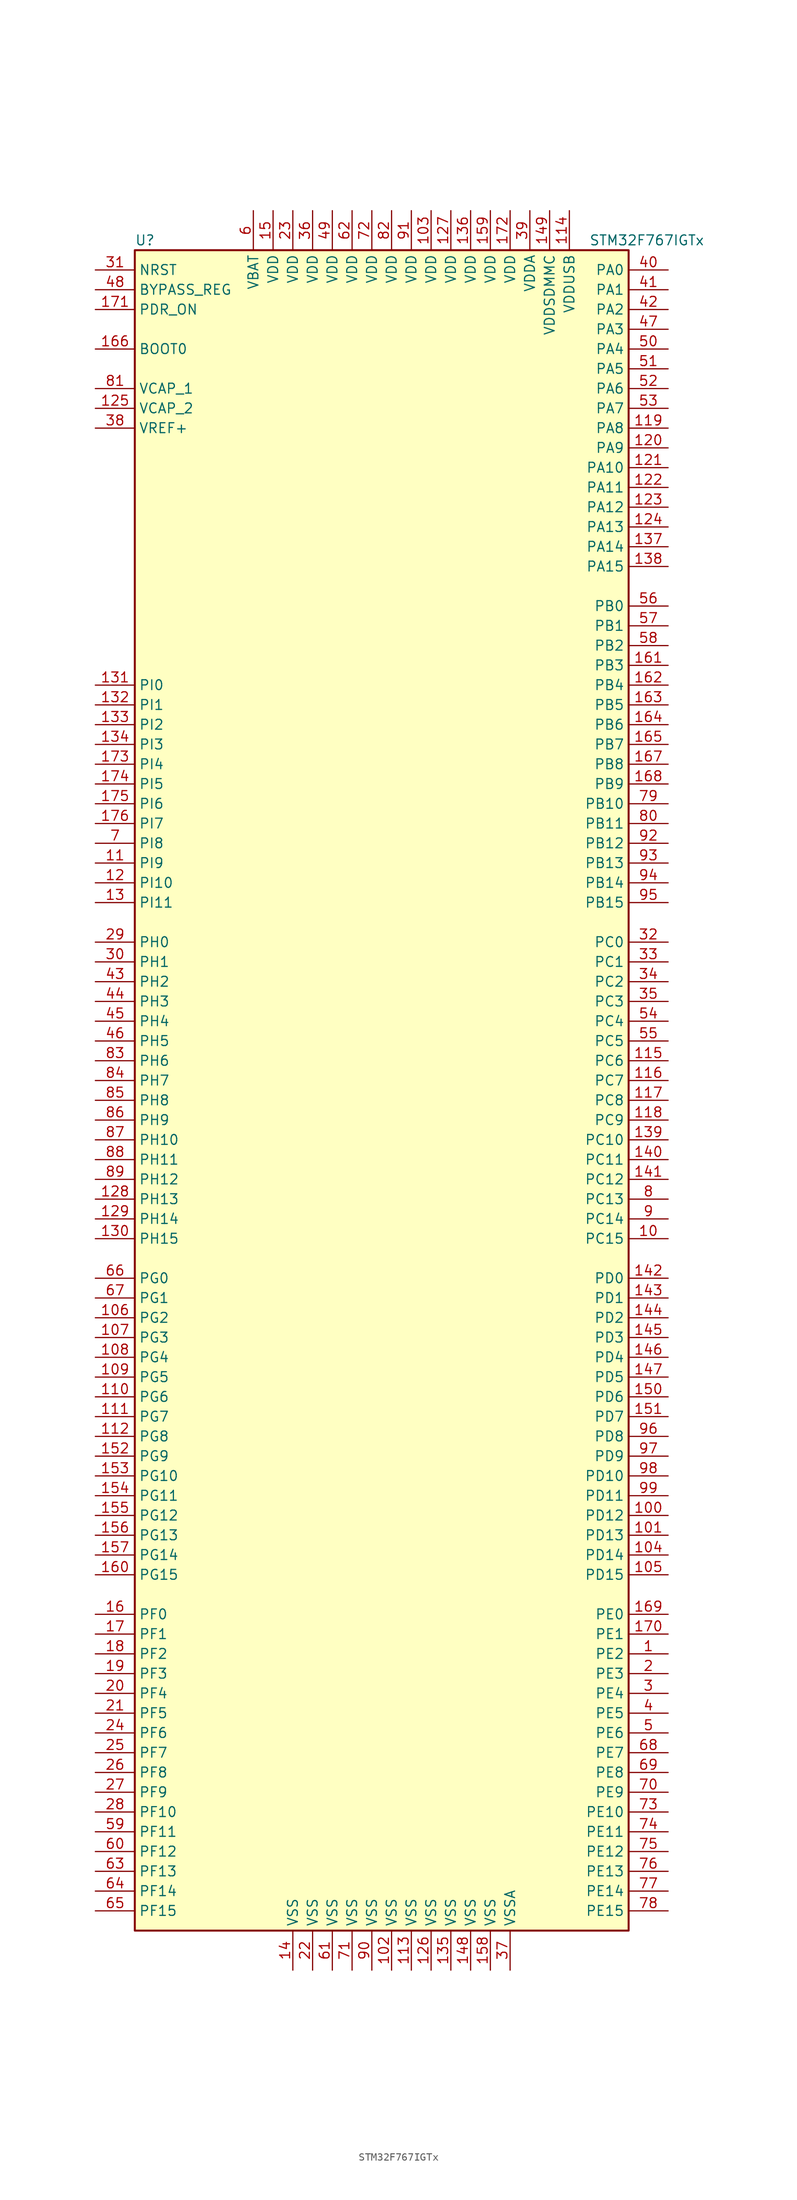
<source format=kicad_sym>
(kicad_symbol_lib
  (version 20201005)
  (generator kicad_symbol_editor)
  (symbol "STM32F767IGTx"
    (property "Reference" "U"
      (at -33.02 107.95 0)
      (effects (font (size 1.27 1.27)) (justify left)))
    (property "Value" "STM32F767IGTx"
      (at 25.4 107.95 0)
      (effects (font (size 1.27 1.27)) (justify left)))
    (symbol "STM32F767IGTx_0_1"
      (rectangle (start -33.02 -109.22) (end 30.48 106.68) (stroke (width 0.254)) (fill (type background))))
    (symbol "STM32F767IGTx_1_1"
      (pin bidirectional line (at 35.56 -73.66 180) (length 5.08) (name "PE2" (effects (font (size 1.27 1.27)))) (number "1" (effects (font (size 1.27 1.27)))))
      (pin bidirectional line (at 35.56 -20.32 180) (length 5.08) (name "PC15" (effects (font (size 1.27 1.27)))) (number "10" (effects (font (size 1.27 1.27)))))
      (pin bidirectional line (at 35.56 -55.88 180) (length 5.08) (name "PD12" (effects (font (size 1.27 1.27)))) (number "100" (effects (font (size 1.27 1.27)))))
      (pin bidirectional line (at 35.56 -58.42 180) (length 5.08) (name "PD13" (effects (font (size 1.27 1.27)))) (number "101" (effects (font (size 1.27 1.27)))))
      (pin power_in line (at 0 -114.3 90) (length 5.08) (name "VSS" (effects (font (size 1.27 1.27)))) (number "102" (effects (font (size 1.27 1.27)))))
      (pin power_in line (at 5.08 111.76 270) (length 5.08) (name "VDD" (effects (font (size 1.27 1.27)))) (number "103" (effects (font (size 1.27 1.27)))))
      (pin bidirectional line (at 35.56 -60.96 180) (length 5.08) (name "PD14" (effects (font (size 1.27 1.27)))) (number "104" (effects (font (size 1.27 1.27)))))
      (pin bidirectional line (at 35.56 -63.5 180) (length 5.08) (name "PD15" (effects (font (size 1.27 1.27)))) (number "105" (effects (font (size 1.27 1.27)))))
      (pin bidirectional line (at -38.1 -30.48 0) (length 5.08) (name "PG2" (effects (font (size 1.27 1.27)))) (number "106" (effects (font (size 1.27 1.27)))))
      (pin bidirectional line (at -38.1 -33.02 0) (length 5.08) (name "PG3" (effects (font (size 1.27 1.27)))) (number "107" (effects (font (size 1.27 1.27)))))
      (pin bidirectional line (at -38.1 -35.56 0) (length 5.08) (name "PG4" (effects (font (size 1.27 1.27)))) (number "108" (effects (font (size 1.27 1.27)))))
      (pin bidirectional line (at -38.1 -38.1 0) (length 5.08) (name "PG5" (effects (font (size 1.27 1.27)))) (number "109" (effects (font (size 1.27 1.27)))))
      (pin bidirectional line (at -38.1 27.94 0) (length 5.08) (name "PI9" (effects (font (size 1.27 1.27)))) (number "11" (effects (font (size 1.27 1.27)))))
      (pin bidirectional line (at -38.1 -40.64 0) (length 5.08) (name "PG6" (effects (font (size 1.27 1.27)))) (number "110" (effects (font (size 1.27 1.27)))))
      (pin bidirectional line (at -38.1 -43.18 0) (length 5.08) (name "PG7" (effects (font (size 1.27 1.27)))) (number "111" (effects (font (size 1.27 1.27)))))
      (pin bidirectional line (at -38.1 -45.72 0) (length 5.08) (name "PG8" (effects (font (size 1.27 1.27)))) (number "112" (effects (font (size 1.27 1.27)))))
      (pin power_in line (at 2.54 -114.3 90) (length 5.08) (name "VSS" (effects (font (size 1.27 1.27)))) (number "113" (effects (font (size 1.27 1.27)))))
      (pin power_in line (at 22.86 111.76 270) (length 5.08) (name "VDDUSB" (effects (font (size 1.27 1.27)))) (number "114" (effects (font (size 1.27 1.27)))))
      (pin bidirectional line (at 35.56 2.54 180) (length 5.08) (name "PC6" (effects (font (size 1.27 1.27)))) (number "115" (effects (font (size 1.27 1.27)))))
      (pin bidirectional line (at 35.56 0 180) (length 5.08) (name "PC7" (effects (font (size 1.27 1.27)))) (number "116" (effects (font (size 1.27 1.27)))))
      (pin bidirectional line (at 35.56 -2.54 180) (length 5.08) (name "PC8" (effects (font (size 1.27 1.27)))) (number "117" (effects (font (size 1.27 1.27)))))
      (pin bidirectional line (at 35.56 -5.08 180) (length 5.08) (name "PC9" (effects (font (size 1.27 1.27)))) (number "118" (effects (font (size 1.27 1.27)))))
      (pin bidirectional line (at 35.56 83.82 180) (length 5.08) (name "PA8" (effects (font (size 1.27 1.27)))) (number "119" (effects (font (size 1.27 1.27)))))
      (pin bidirectional line (at -38.1 25.4 0) (length 5.08) (name "PI10" (effects (font (size 1.27 1.27)))) (number "12" (effects (font (size 1.27 1.27)))))
      (pin bidirectional line (at 35.56 81.28 180) (length 5.08) (name "PA9" (effects (font (size 1.27 1.27)))) (number "120" (effects (font (size 1.27 1.27)))))
      (pin bidirectional line (at 35.56 78.74 180) (length 5.08) (name "PA10" (effects (font (size 1.27 1.27)))) (number "121" (effects (font (size 1.27 1.27)))))
      (pin bidirectional line (at 35.56 76.2 180) (length 5.08) (name "PA11" (effects (font (size 1.27 1.27)))) (number "122" (effects (font (size 1.27 1.27)))))
      (pin bidirectional line (at 35.56 73.66 180) (length 5.08) (name "PA12" (effects (font (size 1.27 1.27)))) (number "123" (effects (font (size 1.27 1.27)))))
      (pin bidirectional line (at 35.56 71.12 180) (length 5.08) (name "PA13" (effects (font (size 1.27 1.27)))) (number "124" (effects (font (size 1.27 1.27)))))
      (pin power_in line (at -38.1 86.36 0) (length 5.08) (name "VCAP_2" (effects (font (size 1.27 1.27)))) (number "125" (effects (font (size 1.27 1.27)))))
      (pin power_in line (at 5.08 -114.3 90) (length 5.08) (name "VSS" (effects (font (size 1.27 1.27)))) (number "126" (effects (font (size 1.27 1.27)))))
      (pin power_in line (at 7.62 111.76 270) (length 5.08) (name "VDD" (effects (font (size 1.27 1.27)))) (number "127" (effects (font (size 1.27 1.27)))))
      (pin bidirectional line (at -38.1 -15.24 0) (length 5.08) (name "PH13" (effects (font (size 1.27 1.27)))) (number "128" (effects (font (size 1.27 1.27)))))
      (pin bidirectional line (at -38.1 -17.78 0) (length 5.08) (name "PH14" (effects (font (size 1.27 1.27)))) (number "129" (effects (font (size 1.27 1.27)))))
      (pin bidirectional line (at -38.1 22.86 0) (length 5.08) (name "PI11" (effects (font (size 1.27 1.27)))) (number "13" (effects (font (size 1.27 1.27)))))
      (pin bidirectional line (at -38.1 -20.32 0) (length 5.08) (name "PH15" (effects (font (size 1.27 1.27)))) (number "130" (effects (font (size 1.27 1.27)))))
      (pin bidirectional line (at -38.1 50.8 0) (length 5.08) (name "PI0" (effects (font (size 1.27 1.27)))) (number "131" (effects (font (size 1.27 1.27)))))
      (pin bidirectional line (at -38.1 48.26 0) (length 5.08) (name "PI1" (effects (font (size 1.27 1.27)))) (number "132" (effects (font (size 1.27 1.27)))))
      (pin bidirectional line (at -38.1 45.72 0) (length 5.08) (name "PI2" (effects (font (size 1.27 1.27)))) (number "133" (effects (font (size 1.27 1.27)))))
      (pin bidirectional line (at -38.1 43.18 0) (length 5.08) (name "PI3" (effects (font (size 1.27 1.27)))) (number "134" (effects (font (size 1.27 1.27)))))
      (pin power_in line (at 7.62 -114.3 90) (length 5.08) (name "VSS" (effects (font (size 1.27 1.27)))) (number "135" (effects (font (size 1.27 1.27)))))
      (pin power_in line (at 10.16 111.76 270) (length 5.08) (name "VDD" (effects (font (size 1.27 1.27)))) (number "136" (effects (font (size 1.27 1.27)))))
      (pin bidirectional line (at 35.56 68.58 180) (length 5.08) (name "PA14" (effects (font (size 1.27 1.27)))) (number "137" (effects (font (size 1.27 1.27)))))
      (pin bidirectional line (at 35.56 66.04 180) (length 5.08) (name "PA15" (effects (font (size 1.27 1.27)))) (number "138" (effects (font (size 1.27 1.27)))))
      (pin bidirectional line (at 35.56 -7.62 180) (length 5.08) (name "PC10" (effects (font (size 1.27 1.27)))) (number "139" (effects (font (size 1.27 1.27)))))
      (pin power_in line (at -12.7 -114.3 90) (length 5.08) (name "VSS" (effects (font (size 1.27 1.27)))) (number "14" (effects (font (size 1.27 1.27)))))
      (pin bidirectional line (at 35.56 -10.16 180) (length 5.08) (name "PC11" (effects (font (size 1.27 1.27)))) (number "140" (effects (font (size 1.27 1.27)))))
      (pin bidirectional line (at 35.56 -12.7 180) (length 5.08) (name "PC12" (effects (font (size 1.27 1.27)))) (number "141" (effects (font (size 1.27 1.27)))))
      (pin bidirectional line (at 35.56 -25.4 180) (length 5.08) (name "PD0" (effects (font (size 1.27 1.27)))) (number "142" (effects (font (size 1.27 1.27)))))
      (pin bidirectional line (at 35.56 -27.94 180) (length 5.08) (name "PD1" (effects (font (size 1.27 1.27)))) (number "143" (effects (font (size 1.27 1.27)))))
      (pin bidirectional line (at 35.56 -30.48 180) (length 5.08) (name "PD2" (effects (font (size 1.27 1.27)))) (number "144" (effects (font (size 1.27 1.27)))))
      (pin bidirectional line (at 35.56 -33.02 180) (length 5.08) (name "PD3" (effects (font (size 1.27 1.27)))) (number "145" (effects (font (size 1.27 1.27)))))
      (pin bidirectional line (at 35.56 -35.56 180) (length 5.08) (name "PD4" (effects (font (size 1.27 1.27)))) (number "146" (effects (font (size 1.27 1.27)))))
      (pin bidirectional line (at 35.56 -38.1 180) (length 5.08) (name "PD5" (effects (font (size 1.27 1.27)))) (number "147" (effects (font (size 1.27 1.27)))))
      (pin power_in line (at 10.16 -114.3 90) (length 5.08) (name "VSS" (effects (font (size 1.27 1.27)))) (number "148" (effects (font (size 1.27 1.27)))))
      (pin power_in line (at 20.32 111.76 270) (length 5.08) (name "VDDSDMMC" (effects (font (size 1.27 1.27)))) (number "149" (effects (font (size 1.27 1.27)))))
      (pin power_in line (at -15.24 111.76 270) (length 5.08) (name "VDD" (effects (font (size 1.27 1.27)))) (number "15" (effects (font (size 1.27 1.27)))))
      (pin bidirectional line (at 35.56 -40.64 180) (length 5.08) (name "PD6" (effects (font (size 1.27 1.27)))) (number "150" (effects (font (size 1.27 1.27)))))
      (pin bidirectional line (at 35.56 -43.18 180) (length 5.08) (name "PD7" (effects (font (size 1.27 1.27)))) (number "151" (effects (font (size 1.27 1.27)))))
      (pin bidirectional line (at -38.1 -48.26 0) (length 5.08) (name "PG9" (effects (font (size 1.27 1.27)))) (number "152" (effects (font (size 1.27 1.27)))))
      (pin bidirectional line (at -38.1 -50.8 0) (length 5.08) (name "PG10" (effects (font (size 1.27 1.27)))) (number "153" (effects (font (size 1.27 1.27)))))
      (pin bidirectional line (at -38.1 -53.34 0) (length 5.08) (name "PG11" (effects (font (size 1.27 1.27)))) (number "154" (effects (font (size 1.27 1.27)))))
      (pin bidirectional line (at -38.1 -55.88 0) (length 5.08) (name "PG12" (effects (font (size 1.27 1.27)))) (number "155" (effects (font (size 1.27 1.27)))))
      (pin bidirectional line (at -38.1 -58.42 0) (length 5.08) (name "PG13" (effects (font (size 1.27 1.27)))) (number "156" (effects (font (size 1.27 1.27)))))
      (pin bidirectional line (at -38.1 -60.96 0) (length 5.08) (name "PG14" (effects (font (size 1.27 1.27)))) (number "157" (effects (font (size 1.27 1.27)))))
      (pin power_in line (at 12.7 -114.3 90) (length 5.08) (name "VSS" (effects (font (size 1.27 1.27)))) (number "158" (effects (font (size 1.27 1.27)))))
      (pin power_in line (at 12.7 111.76 270) (length 5.08) (name "VDD" (effects (font (size 1.27 1.27)))) (number "159" (effects (font (size 1.27 1.27)))))
      (pin bidirectional line (at -38.1 -68.58 0) (length 5.08) (name "PF0" (effects (font (size 1.27 1.27)))) (number "16" (effects (font (size 1.27 1.27)))))
      (pin bidirectional line (at -38.1 -63.5 0) (length 5.08) (name "PG15" (effects (font (size 1.27 1.27)))) (number "160" (effects (font (size 1.27 1.27)))))
      (pin bidirectional line (at 35.56 53.34 180) (length 5.08) (name "PB3" (effects (font (size 1.27 1.27)))) (number "161" (effects (font (size 1.27 1.27)))))
      (pin bidirectional line (at 35.56 50.8 180) (length 5.08) (name "PB4" (effects (font (size 1.27 1.27)))) (number "162" (effects (font (size 1.27 1.27)))))
      (pin bidirectional line (at 35.56 48.26 180) (length 5.08) (name "PB5" (effects (font (size 1.27 1.27)))) (number "163" (effects (font (size 1.27 1.27)))))
      (pin bidirectional line (at 35.56 45.72 180) (length 5.08) (name "PB6" (effects (font (size 1.27 1.27)))) (number "164" (effects (font (size 1.27 1.27)))))
      (pin bidirectional line (at 35.56 43.18 180) (length 5.08) (name "PB7" (effects (font (size 1.27 1.27)))) (number "165" (effects (font (size 1.27 1.27)))))
      (pin input line (at -38.1 93.98 0) (length 5.08) (name "BOOT0" (effects (font (size 1.27 1.27)))) (number "166" (effects (font (size 1.27 1.27)))))
      (pin bidirectional line (at 35.56 40.64 180) (length 5.08) (name "PB8" (effects (font (size 1.27 1.27)))) (number "167" (effects (font (size 1.27 1.27)))))
      (pin bidirectional line (at 35.56 38.1 180) (length 5.08) (name "PB9" (effects (font (size 1.27 1.27)))) (number "168" (effects (font (size 1.27 1.27)))))
      (pin bidirectional line (at 35.56 -68.58 180) (length 5.08) (name "PE0" (effects (font (size 1.27 1.27)))) (number "169" (effects (font (size 1.27 1.27)))))
      (pin bidirectional line (at -38.1 -71.12 0) (length 5.08) (name "PF1" (effects (font (size 1.27 1.27)))) (number "17" (effects (font (size 1.27 1.27)))))
      (pin bidirectional line (at 35.56 -71.12 180) (length 5.08) (name "PE1" (effects (font (size 1.27 1.27)))) (number "170" (effects (font (size 1.27 1.27)))))
      (pin input line (at -38.1 99.06 0) (length 5.08) (name "PDR_ON" (effects (font (size 1.27 1.27)))) (number "171" (effects (font (size 1.27 1.27)))))
      (pin power_in line (at 15.24 111.76 270) (length 5.08) (name "VDD" (effects (font (size 1.27 1.27)))) (number "172" (effects (font (size 1.27 1.27)))))
      (pin bidirectional line (at -38.1 40.64 0) (length 5.08) (name "PI4" (effects (font (size 1.27 1.27)))) (number "173" (effects (font (size 1.27 1.27)))))
      (pin bidirectional line (at -38.1 38.1 0) (length 5.08) (name "PI5" (effects (font (size 1.27 1.27)))) (number "174" (effects (font (size 1.27 1.27)))))
      (pin bidirectional line (at -38.1 35.56 0) (length 5.08) (name "PI6" (effects (font (size 1.27 1.27)))) (number "175" (effects (font (size 1.27 1.27)))))
      (pin bidirectional line (at -38.1 33.02 0) (length 5.08) (name "PI7" (effects (font (size 1.27 1.27)))) (number "176" (effects (font (size 1.27 1.27)))))
      (pin bidirectional line (at -38.1 -73.66 0) (length 5.08) (name "PF2" (effects (font (size 1.27 1.27)))) (number "18" (effects (font (size 1.27 1.27)))))
      (pin bidirectional line (at -38.1 -76.2 0) (length 5.08) (name "PF3" (effects (font (size 1.27 1.27)))) (number "19" (effects (font (size 1.27 1.27)))))
      (pin bidirectional line (at 35.56 -76.2 180) (length 5.08) (name "PE3" (effects (font (size 1.27 1.27)))) (number "2" (effects (font (size 1.27 1.27)))))
      (pin bidirectional line (at -38.1 -78.74 0) (length 5.08) (name "PF4" (effects (font (size 1.27 1.27)))) (number "20" (effects (font (size 1.27 1.27)))))
      (pin bidirectional line (at -38.1 -81.28 0) (length 5.08) (name "PF5" (effects (font (size 1.27 1.27)))) (number "21" (effects (font (size 1.27 1.27)))))
      (pin power_in line (at -10.16 -114.3 90) (length 5.08) (name "VSS" (effects (font (size 1.27 1.27)))) (number "22" (effects (font (size 1.27 1.27)))))
      (pin power_in line (at -12.7 111.76 270) (length 5.08) (name "VDD" (effects (font (size 1.27 1.27)))) (number "23" (effects (font (size 1.27 1.27)))))
      (pin bidirectional line (at -38.1 -83.82 0) (length 5.08) (name "PF6" (effects (font (size 1.27 1.27)))) (number "24" (effects (font (size 1.27 1.27)))))
      (pin bidirectional line (at -38.1 -86.36 0) (length 5.08) (name "PF7" (effects (font (size 1.27 1.27)))) (number "25" (effects (font (size 1.27 1.27)))))
      (pin bidirectional line (at -38.1 -88.9 0) (length 5.08) (name "PF8" (effects (font (size 1.27 1.27)))) (number "26" (effects (font (size 1.27 1.27)))))
      (pin bidirectional line (at -38.1 -91.44 0) (length 5.08) (name "PF9" (effects (font (size 1.27 1.27)))) (number "27" (effects (font (size 1.27 1.27)))))
      (pin bidirectional line (at -38.1 -93.98 0) (length 5.08) (name "PF10" (effects (font (size 1.27 1.27)))) (number "28" (effects (font (size 1.27 1.27)))))
      (pin input line (at -38.1 17.78 0) (length 5.08) (name "PH0" (effects (font (size 1.27 1.27)))) (number "29" (effects (font (size 1.27 1.27)))))
      (pin bidirectional line (at 35.56 -78.74 180) (length 5.08) (name "PE4" (effects (font (size 1.27 1.27)))) (number "3" (effects (font (size 1.27 1.27)))))
      (pin input line (at -38.1 15.24 0) (length 5.08) (name "PH1" (effects (font (size 1.27 1.27)))) (number "30" (effects (font (size 1.27 1.27)))))
      (pin input line (at -38.1 104.14 0) (length 5.08) (name "NRST" (effects (font (size 1.27 1.27)))) (number "31" (effects (font (size 1.27 1.27)))))
      (pin bidirectional line (at 35.56 17.78 180) (length 5.08) (name "PC0" (effects (font (size 1.27 1.27)))) (number "32" (effects (font (size 1.27 1.27)))))
      (pin bidirectional line (at 35.56 15.24 180) (length 5.08) (name "PC1" (effects (font (size 1.27 1.27)))) (number "33" (effects (font (size 1.27 1.27)))))
      (pin bidirectional line (at 35.56 12.7 180) (length 5.08) (name "PC2" (effects (font (size 1.27 1.27)))) (number "34" (effects (font (size 1.27 1.27)))))
      (pin bidirectional line (at 35.56 10.16 180) (length 5.08) (name "PC3" (effects (font (size 1.27 1.27)))) (number "35" (effects (font (size 1.27 1.27)))))
      (pin power_in line (at -10.16 111.76 270) (length 5.08) (name "VDD" (effects (font (size 1.27 1.27)))) (number "36" (effects (font (size 1.27 1.27)))))
      (pin power_in line (at 15.24 -114.3 90) (length 5.08) (name "VSSA" (effects (font (size 1.27 1.27)))) (number "37" (effects (font (size 1.27 1.27)))))
      (pin power_in line (at -38.1 83.82 0) (length 5.08) (name "VREF+" (effects (font (size 1.27 1.27)))) (number "38" (effects (font (size 1.27 1.27)))))
      (pin power_in line (at 17.78 111.76 270) (length 5.08) (name "VDDA" (effects (font (size 1.27 1.27)))) (number "39" (effects (font (size 1.27 1.27)))))
      (pin bidirectional line (at 35.56 -81.28 180) (length 5.08) (name "PE5" (effects (font (size 1.27 1.27)))) (number "4" (effects (font (size 1.27 1.27)))))
      (pin bidirectional line (at 35.56 104.14 180) (length 5.08) (name "PA0" (effects (font (size 1.27 1.27)))) (number "40" (effects (font (size 1.27 1.27)))))
      (pin bidirectional line (at 35.56 101.6 180) (length 5.08) (name "PA1" (effects (font (size 1.27 1.27)))) (number "41" (effects (font (size 1.27 1.27)))))
      (pin bidirectional line (at 35.56 99.06 180) (length 5.08) (name "PA2" (effects (font (size 1.27 1.27)))) (number "42" (effects (font (size 1.27 1.27)))))
      (pin bidirectional line (at -38.1 12.7 0) (length 5.08) (name "PH2" (effects (font (size 1.27 1.27)))) (number "43" (effects (font (size 1.27 1.27)))))
      (pin bidirectional line (at -38.1 10.16 0) (length 5.08) (name "PH3" (effects (font (size 1.27 1.27)))) (number "44" (effects (font (size 1.27 1.27)))))
      (pin bidirectional line (at -38.1 7.62 0) (length 5.08) (name "PH4" (effects (font (size 1.27 1.27)))) (number "45" (effects (font (size 1.27 1.27)))))
      (pin bidirectional line (at -38.1 5.08 0) (length 5.08) (name "PH5" (effects (font (size 1.27 1.27)))) (number "46" (effects (font (size 1.27 1.27)))))
      (pin bidirectional line (at 35.56 96.52 180) (length 5.08) (name "PA3" (effects (font (size 1.27 1.27)))) (number "47" (effects (font (size 1.27 1.27)))))
      (pin input line (at -38.1 101.6 0) (length 5.08) (name "BYPASS_REG" (effects (font (size 1.27 1.27)))) (number "48" (effects (font (size 1.27 1.27)))))
      (pin power_in line (at -7.62 111.76 270) (length 5.08) (name "VDD" (effects (font (size 1.27 1.27)))) (number "49" (effects (font (size 1.27 1.27)))))
      (pin bidirectional line (at 35.56 -83.82 180) (length 5.08) (name "PE6" (effects (font (size 1.27 1.27)))) (number "5" (effects (font (size 1.27 1.27)))))
      (pin bidirectional line (at 35.56 93.98 180) (length 5.08) (name "PA4" (effects (font (size 1.27 1.27)))) (number "50" (effects (font (size 1.27 1.27)))))
      (pin bidirectional line (at 35.56 91.44 180) (length 5.08) (name "PA5" (effects (font (size 1.27 1.27)))) (number "51" (effects (font (size 1.27 1.27)))))
      (pin bidirectional line (at 35.56 88.9 180) (length 5.08) (name "PA6" (effects (font (size 1.27 1.27)))) (number "52" (effects (font (size 1.27 1.27)))))
      (pin bidirectional line (at 35.56 86.36 180) (length 5.08) (name "PA7" (effects (font (size 1.27 1.27)))) (number "53" (effects (font (size 1.27 1.27)))))
      (pin bidirectional line (at 35.56 7.62 180) (length 5.08) (name "PC4" (effects (font (size 1.27 1.27)))) (number "54" (effects (font (size 1.27 1.27)))))
      (pin bidirectional line (at 35.56 5.08 180) (length 5.08) (name "PC5" (effects (font (size 1.27 1.27)))) (number "55" (effects (font (size 1.27 1.27)))))
      (pin bidirectional line (at 35.56 60.96 180) (length 5.08) (name "PB0" (effects (font (size 1.27 1.27)))) (number "56" (effects (font (size 1.27 1.27)))))
      (pin bidirectional line (at 35.56 58.42 180) (length 5.08) (name "PB1" (effects (font (size 1.27 1.27)))) (number "57" (effects (font (size 1.27 1.27)))))
      (pin bidirectional line (at 35.56 55.88 180) (length 5.08) (name "PB2" (effects (font (size 1.27 1.27)))) (number "58" (effects (font (size 1.27 1.27)))))
      (pin bidirectional line (at -38.1 -96.52 0) (length 5.08) (name "PF11" (effects (font (size 1.27 1.27)))) (number "59" (effects (font (size 1.27 1.27)))))
      (pin power_in line (at -17.78 111.76 270) (length 5.08) (name "VBAT" (effects (font (size 1.27 1.27)))) (number "6" (effects (font (size 1.27 1.27)))))
      (pin bidirectional line (at -38.1 -99.06 0) (length 5.08) (name "PF12" (effects (font (size 1.27 1.27)))) (number "60" (effects (font (size 1.27 1.27)))))
      (pin power_in line (at -7.62 -114.3 90) (length 5.08) (name "VSS" (effects (font (size 1.27 1.27)))) (number "61" (effects (font (size 1.27 1.27)))))
      (pin power_in line (at -5.08 111.76 270) (length 5.08) (name "VDD" (effects (font (size 1.27 1.27)))) (number "62" (effects (font (size 1.27 1.27)))))
      (pin bidirectional line (at -38.1 -101.6 0) (length 5.08) (name "PF13" (effects (font (size 1.27 1.27)))) (number "63" (effects (font (size 1.27 1.27)))))
      (pin bidirectional line (at -38.1 -104.14 0) (length 5.08) (name "PF14" (effects (font (size 1.27 1.27)))) (number "64" (effects (font (size 1.27 1.27)))))
      (pin bidirectional line (at -38.1 -106.68 0) (length 5.08) (name "PF15" (effects (font (size 1.27 1.27)))) (number "65" (effects (font (size 1.27 1.27)))))
      (pin bidirectional line (at -38.1 -25.4 0) (length 5.08) (name "PG0" (effects (font (size 1.27 1.27)))) (number "66" (effects (font (size 1.27 1.27)))))
      (pin bidirectional line (at -38.1 -27.94 0) (length 5.08) (name "PG1" (effects (font (size 1.27 1.27)))) (number "67" (effects (font (size 1.27 1.27)))))
      (pin bidirectional line (at 35.56 -86.36 180) (length 5.08) (name "PE7" (effects (font (size 1.27 1.27)))) (number "68" (effects (font (size 1.27 1.27)))))
      (pin bidirectional line (at 35.56 -88.9 180) (length 5.08) (name "PE8" (effects (font (size 1.27 1.27)))) (number "69" (effects (font (size 1.27 1.27)))))
      (pin bidirectional line (at -38.1 30.48 0) (length 5.08) (name "PI8" (effects (font (size 1.27 1.27)))) (number "7" (effects (font (size 1.27 1.27)))))
      (pin bidirectional line (at 35.56 -91.44 180) (length 5.08) (name "PE9" (effects (font (size 1.27 1.27)))) (number "70" (effects (font (size 1.27 1.27)))))
      (pin power_in line (at -5.08 -114.3 90) (length 5.08) (name "VSS" (effects (font (size 1.27 1.27)))) (number "71" (effects (font (size 1.27 1.27)))))
      (pin power_in line (at -2.54 111.76 270) (length 5.08) (name "VDD" (effects (font (size 1.27 1.27)))) (number "72" (effects (font (size 1.27 1.27)))))
      (pin bidirectional line (at 35.56 -93.98 180) (length 5.08) (name "PE10" (effects (font (size 1.27 1.27)))) (number "73" (effects (font (size 1.27 1.27)))))
      (pin bidirectional line (at 35.56 -96.52 180) (length 5.08) (name "PE11" (effects (font (size 1.27 1.27)))) (number "74" (effects (font (size 1.27 1.27)))))
      (pin bidirectional line (at 35.56 -99.06 180) (length 5.08) (name "PE12" (effects (font (size 1.27 1.27)))) (number "75" (effects (font (size 1.27 1.27)))))
      (pin bidirectional line (at 35.56 -101.6 180) (length 5.08) (name "PE13" (effects (font (size 1.27 1.27)))) (number "76" (effects (font (size 1.27 1.27)))))
      (pin bidirectional line (at 35.56 -104.14 180) (length 5.08) (name "PE14" (effects (font (size 1.27 1.27)))) (number "77" (effects (font (size 1.27 1.27)))))
      (pin bidirectional line (at 35.56 -106.68 180) (length 5.08) (name "PE15" (effects (font (size 1.27 1.27)))) (number "78" (effects (font (size 1.27 1.27)))))
      (pin bidirectional line (at 35.56 35.56 180) (length 5.08) (name "PB10" (effects (font (size 1.27 1.27)))) (number "79" (effects (font (size 1.27 1.27)))))
      (pin bidirectional line (at 35.56 -15.24 180) (length 5.08) (name "PC13" (effects (font (size 1.27 1.27)))) (number "8" (effects (font (size 1.27 1.27)))))
      (pin bidirectional line (at 35.56 33.02 180) (length 5.08) (name "PB11" (effects (font (size 1.27 1.27)))) (number "80" (effects (font (size 1.27 1.27)))))
      (pin power_in line (at -38.1 88.9 0) (length 5.08) (name "VCAP_1" (effects (font (size 1.27 1.27)))) (number "81" (effects (font (size 1.27 1.27)))))
      (pin power_in line (at 0 111.76 270) (length 5.08) (name "VDD" (effects (font (size 1.27 1.27)))) (number "82" (effects (font (size 1.27 1.27)))))
      (pin bidirectional line (at -38.1 2.54 0) (length 5.08) (name "PH6" (effects (font (size 1.27 1.27)))) (number "83" (effects (font (size 1.27 1.27)))))
      (pin bidirectional line (at -38.1 0 0) (length 5.08) (name "PH7" (effects (font (size 1.27 1.27)))) (number "84" (effects (font (size 1.27 1.27)))))
      (pin bidirectional line (at -38.1 -2.54 0) (length 5.08) (name "PH8" (effects (font (size 1.27 1.27)))) (number "85" (effects (font (size 1.27 1.27)))))
      (pin bidirectional line (at -38.1 -5.08 0) (length 5.08) (name "PH9" (effects (font (size 1.27 1.27)))) (number "86" (effects (font (size 1.27 1.27)))))
      (pin bidirectional line (at -38.1 -7.62 0) (length 5.08) (name "PH10" (effects (font (size 1.27 1.27)))) (number "87" (effects (font (size 1.27 1.27)))))
      (pin bidirectional line (at -38.1 -10.16 0) (length 5.08) (name "PH11" (effects (font (size 1.27 1.27)))) (number "88" (effects (font (size 1.27 1.27)))))
      (pin bidirectional line (at -38.1 -12.7 0) (length 5.08) (name "PH12" (effects (font (size 1.27 1.27)))) (number "89" (effects (font (size 1.27 1.27)))))
      (pin bidirectional line (at 35.56 -17.78 180) (length 5.08) (name "PC14" (effects (font (size 1.27 1.27)))) (number "9" (effects (font (size 1.27 1.27)))))
      (pin power_in line (at -2.54 -114.3 90) (length 5.08) (name "VSS" (effects (font (size 1.27 1.27)))) (number "90" (effects (font (size 1.27 1.27)))))
      (pin power_in line (at 2.54 111.76 270) (length 5.08) (name "VDD" (effects (font (size 1.27 1.27)))) (number "91" (effects (font (size 1.27 1.27)))))
      (pin bidirectional line (at 35.56 30.48 180) (length 5.08) (name "PB12" (effects (font (size 1.27 1.27)))) (number "92" (effects (font (size 1.27 1.27)))))
      (pin bidirectional line (at 35.56 27.94 180) (length 5.08) (name "PB13" (effects (font (size 1.27 1.27)))) (number "93" (effects (font (size 1.27 1.27)))))
      (pin bidirectional line (at 35.56 25.4 180) (length 5.08) (name "PB14" (effects (font (size 1.27 1.27)))) (number "94" (effects (font (size 1.27 1.27)))))
      (pin bidirectional line (at 35.56 22.86 180) (length 5.08) (name "PB15" (effects (font (size 1.27 1.27)))) (number "95" (effects (font (size 1.27 1.27)))))
      (pin bidirectional line (at 35.56 -45.72 180) (length 5.08) (name "PD8" (effects (font (size 1.27 1.27)))) (number "96" (effects (font (size 1.27 1.27)))))
      (pin bidirectional line (at 35.56 -48.26 180) (length 5.08) (name "PD9" (effects (font (size 1.27 1.27)))) (number "97" (effects (font (size 1.27 1.27)))))
      (pin bidirectional line (at 35.56 -50.8 180) (length 5.08) (name "PD10" (effects (font (size 1.27 1.27)))) (number "98" (effects (font (size 1.27 1.27)))))
      (pin bidirectional line (at 35.56 -53.34 180) (length 5.08) (name "PD11" (effects (font (size 1.27 1.27)))) (number "99" (effects (font (size 1.27 1.27))))))))
</source>
